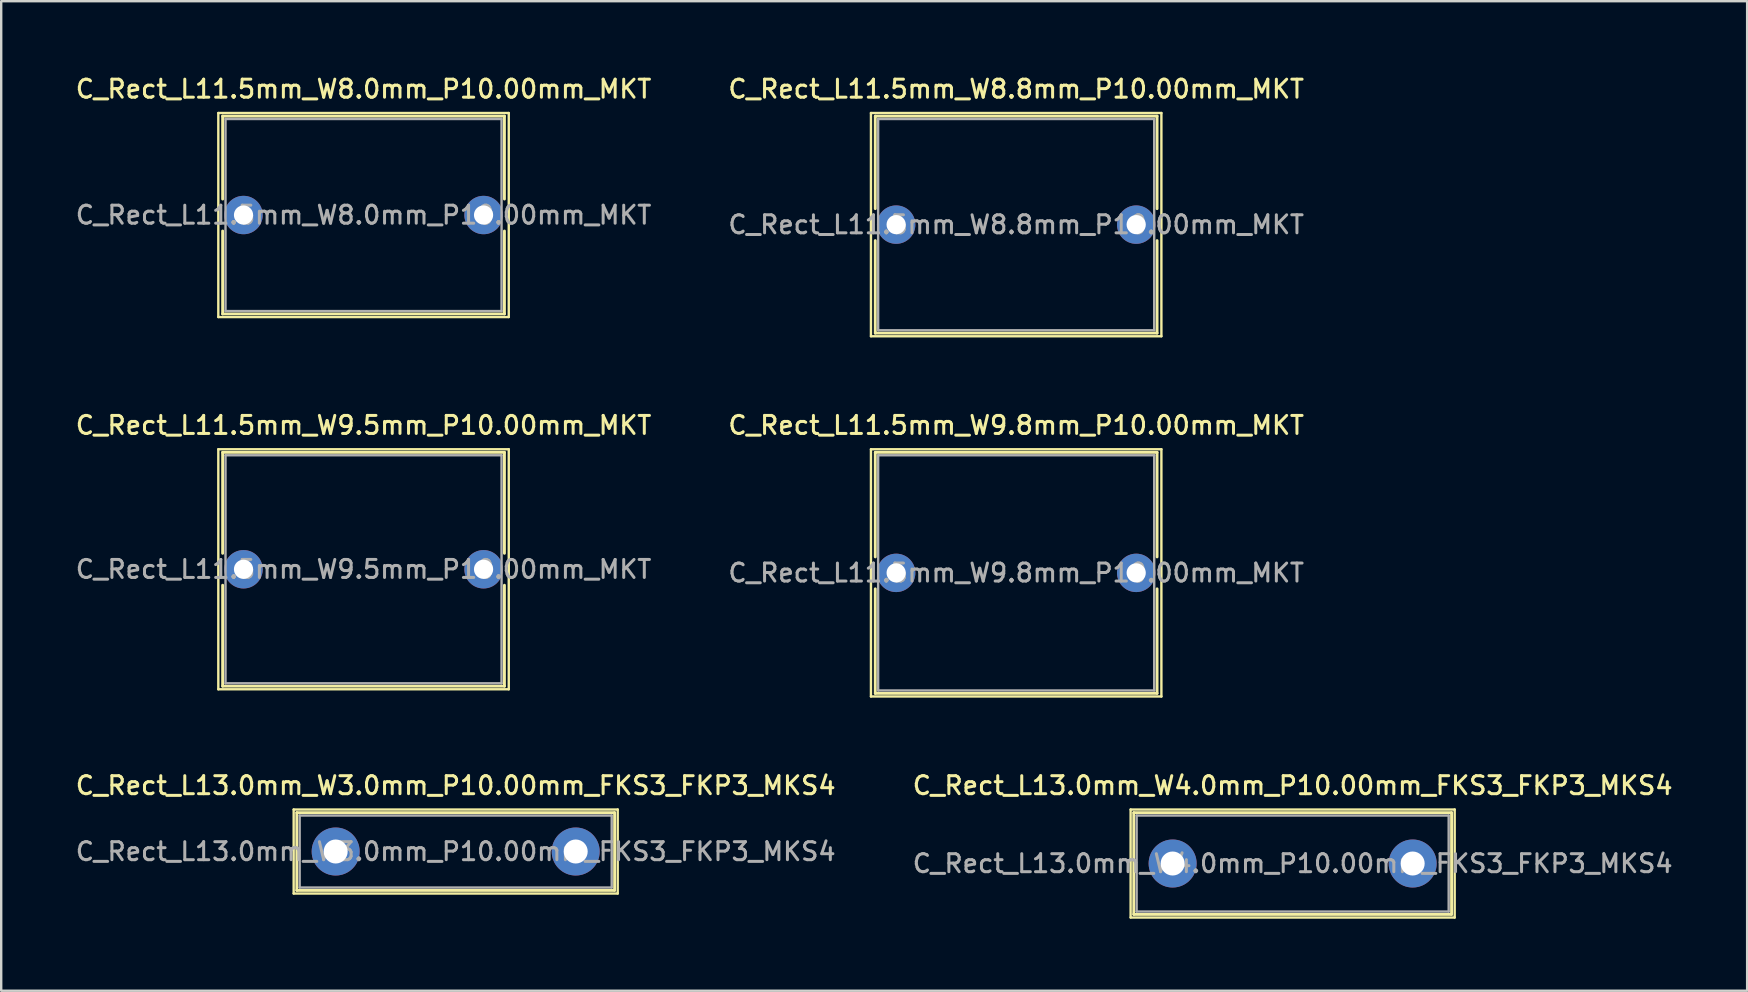
<source format=kicad_pcb>
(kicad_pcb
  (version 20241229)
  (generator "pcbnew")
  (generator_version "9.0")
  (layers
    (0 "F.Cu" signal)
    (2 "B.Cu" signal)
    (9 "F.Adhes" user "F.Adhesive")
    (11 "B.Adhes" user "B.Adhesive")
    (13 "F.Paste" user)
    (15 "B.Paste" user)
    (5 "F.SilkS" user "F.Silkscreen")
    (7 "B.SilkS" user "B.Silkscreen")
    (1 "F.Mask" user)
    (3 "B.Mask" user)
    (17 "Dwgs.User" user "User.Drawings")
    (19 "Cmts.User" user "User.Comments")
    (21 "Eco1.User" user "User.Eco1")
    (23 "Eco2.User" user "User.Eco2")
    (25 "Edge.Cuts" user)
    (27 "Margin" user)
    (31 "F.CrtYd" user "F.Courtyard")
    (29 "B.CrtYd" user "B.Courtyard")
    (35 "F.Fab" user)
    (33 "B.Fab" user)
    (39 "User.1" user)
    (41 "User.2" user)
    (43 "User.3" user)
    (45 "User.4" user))
  (footprint "C_Rect_L13.0mm_W4.0mm_P10.00mm_FKS3_FKP3_MKS4"
    (layer "F.Cu")
    (at 45.802 32.924)
    (property "Reference" "C_Rect_L13.0mm_W4.0mm_P10.00mm_FKS3_FKP3_MKS4" (at 5 -3.25 0) (layer "F.SilkS") (effects (font (size 0.75 0.75) (thickness 0.125))))
    (attr through_hole)
    (fp_line (start -1.75 -2.25) (end -1.75 2.25) (stroke (width 0.1) (type solid)) (layer "F.SilkS"))
    (fp_line (start -1.75 2.25) (end 11.75 2.25) (stroke (width 0.1) (type solid)) (layer "F.SilkS"))
    (fp_line (start -1.62 -2.12) (end -1.62 2.12) (stroke (width 0.12) (type solid)) (layer "F.SilkS"))
    (fp_line (start -1.62 -2.12) (end 11.62 -2.12) (stroke (width 0.12) (type solid)) (layer "F.SilkS"))
    (fp_line (start -1.62 2.12) (end 11.62 2.12) (stroke (width 0.12) (type solid)) (layer "F.SilkS"))
    (fp_line (start 11.62 -2.12) (end 11.62 2.12) (stroke (width 0.12) (type solid)) (layer "F.SilkS"))
    (fp_line (start 11.75 -2.25) (end -1.75 -2.25) (stroke (width 0.1) (type solid)) (layer "F.SilkS"))
    (fp_line (start 11.75 2.25) (end 11.75 -2.25) (stroke (width 0.1) (type solid)) (layer "F.SilkS"))
    (fp_line (start -1.5 -2) (end -1.5 2) (stroke (width 0.1) (type solid)) (layer "F.Fab"))
    (fp_line (start -1.5 2) (end 11.5 2) (stroke (width 0.1) (type solid)) (layer "F.Fab"))
    (fp_line (start 11.5 -2) (end -1.5 -2) (stroke (width 0.1) (type solid)) (layer "F.Fab"))
    (fp_line (start 11.5 2) (end 11.5 -2) (stroke (width 0.1) (type solid)) (layer "F.Fab"))
    (fp_text user "${REFERENCE}" (at 5 0 0) (layer "F.Fab") (effects (font (size 0.75 0.75) (thickness 0.125))))
    (pad "1" thru_hole circle (at 0 0) (size 2 2) (drill 1) (layers "*.Cu" "*.Mask"))
    (pad "2" thru_hole circle (at 10 0) (size 2 2) (drill 1) (layers "*.Cu" "*.Mask")))
  (footprint "C_Rect_L11.5mm_W8.0mm_P10.00mm_MKT"
    (layer "F.Cu")
    (at 7.095 5.908)
    (property "Reference" "C_Rect_L11.5mm_W8.0mm_P10.00mm_MKT" (at 5 -5.25 0) (layer "F.SilkS") (effects (font (size 0.75 0.75) (thickness 0.125))))
    (attr through_hole)
    (fp_line (start -1.05 -4.25) (end -1.05 4.25) (stroke (width 0.1) (type solid)) (layer "F.SilkS"))
    (fp_line (start -1.05 4.25) (end 11.05 4.25) (stroke (width 0.1) (type solid)) (layer "F.SilkS"))
    (fp_line (start -0.87 -4.12) (end -0.87 -0.665) (stroke (width 0.12) (type solid)) (layer "F.SilkS"))
    (fp_line (start -0.87 -4.12) (end 10.87 -4.12) (stroke (width 0.12) (type solid)) (layer "F.SilkS"))
    (fp_line (start -0.87 0.665) (end -0.87 4.12) (stroke (width 0.12) (type solid)) (layer "F.SilkS"))
    (fp_line (start -0.87 4.12) (end 10.87 4.12) (stroke (width 0.12) (type solid)) (layer "F.SilkS"))
    (fp_line (start 10.87 -4.12) (end 10.87 -0.665) (stroke (width 0.12) (type solid)) (layer "F.SilkS"))
    (fp_line (start 10.87 0.665) (end 10.87 4.12) (stroke (width 0.12) (type solid)) (layer "F.SilkS"))
    (fp_line (start 11.05 -4.25) (end -1.05 -4.25) (stroke (width 0.1) (type solid)) (layer "F.SilkS"))
    (fp_line (start 11.05 4.25) (end 11.05 -4.25) (stroke (width 0.1) (type solid)) (layer "F.SilkS"))
    (fp_line (start -0.75 -4) (end -0.75 4) (stroke (width 0.1) (type solid)) (layer "F.Fab"))
    (fp_line (start -0.75 4) (end 10.75 4) (stroke (width 0.1) (type solid)) (layer "F.Fab"))
    (fp_line (start 10.75 -4) (end -0.75 -4) (stroke (width 0.1) (type solid)) (layer "F.Fab"))
    (fp_line (start 10.75 4) (end 10.75 -4) (stroke (width 0.1) (type solid)) (layer "F.Fab"))
    (fp_text user "${REFERENCE}" (at 5 0 0) (layer "F.Fab") (effects (font (size 0.75 0.75) (thickness 0.125))))
    (pad "1" thru_hole circle (at 0 0) (size 1.6 1.6) (drill 0.8) (layers "*.Cu" "*.Mask"))
    (pad "2" thru_hole circle (at 10 0) (size 1.6 1.6) (drill 0.8) (layers "*.Cu" "*.Mask")))
  (footprint "C_Rect_L13.0mm_W3.0mm_P10.00mm_FKS3_FKP3_MKS4"
    (layer "F.Cu")
    (at 10.934 32.424)
    (property "Reference" "C_Rect_L13.0mm_W3.0mm_P10.00mm_FKS3_FKP3_MKS4" (at 5 -2.75 0) (layer "F.SilkS") (effects (font (size 0.75 0.75) (thickness 0.125))))
    (attr through_hole)
    (fp_line (start -1.75 -1.75) (end -1.75 1.75) (stroke (width 0.1) (type solid)) (layer "F.SilkS"))
    (fp_line (start -1.75 1.75) (end 11.75 1.75) (stroke (width 0.1) (type solid)) (layer "F.SilkS"))
    (fp_line (start -1.62 -1.62) (end -1.62 1.62) (stroke (width 0.12) (type solid)) (layer "F.SilkS"))
    (fp_line (start -1.62 -1.62) (end 11.62 -1.62) (stroke (width 0.12) (type solid)) (layer "F.SilkS"))
    (fp_line (start -1.62 1.62) (end 11.62 1.62) (stroke (width 0.12) (type solid)) (layer "F.SilkS"))
    (fp_line (start 11.62 -1.62) (end 11.62 1.62) (stroke (width 0.12) (type solid)) (layer "F.SilkS"))
    (fp_line (start 11.75 -1.75) (end -1.75 -1.75) (stroke (width 0.1) (type solid)) (layer "F.SilkS"))
    (fp_line (start 11.75 1.75) (end 11.75 -1.75) (stroke (width 0.1) (type solid)) (layer "F.SilkS"))
    (fp_line (start -1.5 -1.5) (end -1.5 1.5) (stroke (width 0.1) (type solid)) (layer "F.Fab"))
    (fp_line (start -1.5 1.5) (end 11.5 1.5) (stroke (width 0.1) (type solid)) (layer "F.Fab"))
    (fp_line (start 11.5 -1.5) (end -1.5 -1.5) (stroke (width 0.1) (type solid)) (layer "F.Fab"))
    (fp_line (start 11.5 1.5) (end 11.5 -1.5) (stroke (width 0.1) (type solid)) (layer "F.Fab"))
    (fp_text user "${REFERENCE}" (at 5 0 0) (layer "F.Fab") (effects (font (size 0.75 0.75) (thickness 0.125))))
    (pad "1" thru_hole circle (at 0 0) (size 2 2) (drill 1) (layers "*.Cu" "*.Mask"))
    (pad "2" thru_hole circle (at 10 0) (size 2 2) (drill 1) (layers "*.Cu" "*.Mask")))
  (footprint "C_Rect_L11.5mm_W9.8mm_P10.00mm_MKT"
    (layer "F.Cu")
    (at 34.284 20.816)
    (property "Reference" "C_Rect_L11.5mm_W9.8mm_P10.00mm_MKT" (at 5 -6.15 0) (layer "F.SilkS") (effects (font (size 0.75 0.75) (thickness 0.125))))
    (attr through_hole)
    (fp_line (start -1.05 -5.15) (end -1.05 5.15) (stroke (width 0.1) (type solid)) (layer "F.SilkS"))
    (fp_line (start -1.05 5.15) (end 11.05 5.15) (stroke (width 0.1) (type solid)) (layer "F.SilkS"))
    (fp_line (start -0.87 -5.02) (end -0.87 -0.665) (stroke (width 0.12) (type solid)) (layer "F.SilkS"))
    (fp_line (start -0.87 -5.02) (end 10.87 -5.02) (stroke (width 0.12) (type solid)) (layer "F.SilkS"))
    (fp_line (start -0.87 0.665) (end -0.87 5.02) (stroke (width 0.12) (type solid)) (layer "F.SilkS"))
    (fp_line (start -0.87 5.02) (end 10.87 5.02) (stroke (width 0.12) (type solid)) (layer "F.SilkS"))
    (fp_line (start 10.87 -5.02) (end 10.87 -0.665) (stroke (width 0.12) (type solid)) (layer "F.SilkS"))
    (fp_line (start 10.87 0.665) (end 10.87 5.02) (stroke (width 0.12) (type solid)) (layer "F.SilkS"))
    (fp_line (start 11.05 -5.15) (end -1.05 -5.15) (stroke (width 0.1) (type solid)) (layer "F.SilkS"))
    (fp_line (start 11.05 5.15) (end 11.05 -5.15) (stroke (width 0.1) (type solid)) (layer "F.SilkS"))
    (fp_line (start -0.75 -4.9) (end -0.75 4.9) (stroke (width 0.1) (type solid)) (layer "F.Fab"))
    (fp_line (start -0.75 4.9) (end 10.75 4.9) (stroke (width 0.1) (type solid)) (layer "F.Fab"))
    (fp_line (start 10.75 -4.9) (end -0.75 -4.9) (stroke (width 0.1) (type solid)) (layer "F.Fab"))
    (fp_line (start 10.75 4.9) (end 10.75 -4.9) (stroke (width 0.1) (type solid)) (layer "F.Fab"))
    (fp_text user "${REFERENCE}" (at 5 0 0) (layer "F.Fab") (effects (font (size 0.75 0.75) (thickness 0.125))))
    (pad "1" thru_hole circle (at 0 0) (size 1.6 1.6) (drill 0.8) (layers "*.Cu" "*.Mask"))
    (pad "2" thru_hole circle (at 10 0) (size 1.6 1.6) (drill 0.8) (layers "*.Cu" "*.Mask")))
  (footprint "C_Rect_L11.5mm_W8.8mm_P10.00mm_MKT"
    (layer "F.Cu")
    (at 34.284 6.308)
    (property "Reference" "C_Rect_L11.5mm_W8.8mm_P10.00mm_MKT" (at 5 -5.65 0) (layer "F.SilkS") (effects (font (size 0.75 0.75) (thickness 0.125))))
    (attr through_hole)
    (fp_line (start -1.05 -4.65) (end -1.05 4.65) (stroke (width 0.1) (type solid)) (layer "F.SilkS"))
    (fp_line (start -1.05 4.65) (end 11.05 4.65) (stroke (width 0.1) (type solid)) (layer "F.SilkS"))
    (fp_line (start -0.87 -4.52) (end -0.87 -0.665) (stroke (width 0.12) (type solid)) (layer "F.SilkS"))
    (fp_line (start -0.87 -4.52) (end 10.87 -4.52) (stroke (width 0.12) (type solid)) (layer "F.SilkS"))
    (fp_line (start -0.87 0.665) (end -0.87 4.52) (stroke (width 0.12) (type solid)) (layer "F.SilkS"))
    (fp_line (start -0.87 4.52) (end 10.87 4.52) (stroke (width 0.12) (type solid)) (layer "F.SilkS"))
    (fp_line (start 10.87 -4.52) (end 10.87 -0.665) (stroke (width 0.12) (type solid)) (layer "F.SilkS"))
    (fp_line (start 10.87 0.665) (end 10.87 4.52) (stroke (width 0.12) (type solid)) (layer "F.SilkS"))
    (fp_line (start 11.05 -4.65) (end -1.05 -4.65) (stroke (width 0.1) (type solid)) (layer "F.SilkS"))
    (fp_line (start 11.05 4.65) (end 11.05 -4.65) (stroke (width 0.1) (type solid)) (layer "F.SilkS"))
    (fp_line (start -0.75 -4.4) (end -0.75 4.4) (stroke (width 0.1) (type solid)) (layer "F.Fab"))
    (fp_line (start -0.75 4.4) (end 10.75 4.4) (stroke (width 0.1) (type solid)) (layer "F.Fab"))
    (fp_line (start 10.75 -4.4) (end -0.75 -4.4) (stroke (width 0.1) (type solid)) (layer "F.Fab"))
    (fp_line (start 10.75 4.4) (end 10.75 -4.4) (stroke (width 0.1) (type solid)) (layer "F.Fab"))
    (fp_text user "${REFERENCE}" (at 5 0 0) (layer "F.Fab") (effects (font (size 0.75 0.75) (thickness 0.125))))
    (pad "1" thru_hole circle (at 0 0) (size 1.6 1.6) (drill 0.8) (layers "*.Cu" "*.Mask"))
    (pad "2" thru_hole circle (at 10 0) (size 1.6 1.6) (drill 0.8) (layers "*.Cu" "*.Mask")))
  (footprint "C_Rect_L11.5mm_W9.5mm_P10.00mm_MKT"
    (layer "F.Cu")
    (at 7.095 20.666)
    (property "Reference" "C_Rect_L11.5mm_W9.5mm_P10.00mm_MKT" (at 5 -6 0) (layer "F.SilkS") (effects (font (size 0.75 0.75) (thickness 0.125))))
    (attr through_hole)
    (fp_line (start -1.05 -5) (end -1.05 5) (stroke (width 0.1) (type solid)) (layer "F.SilkS"))
    (fp_line (start -1.05 5) (end 11.05 5) (stroke (width 0.1) (type solid)) (layer "F.SilkS"))
    (fp_line (start -0.87 -4.87) (end -0.87 -0.665) (stroke (width 0.12) (type solid)) (layer "F.SilkS"))
    (fp_line (start -0.87 -4.87) (end 10.87 -4.87) (stroke (width 0.12) (type solid)) (layer "F.SilkS"))
    (fp_line (start -0.87 0.665) (end -0.87 4.87) (stroke (width 0.12) (type solid)) (layer "F.SilkS"))
    (fp_line (start -0.87 4.87) (end 10.87 4.87) (stroke (width 0.12) (type solid)) (layer "F.SilkS"))
    (fp_line (start 10.87 -4.87) (end 10.87 -0.665) (stroke (width 0.12) (type solid)) (layer "F.SilkS"))
    (fp_line (start 10.87 0.665) (end 10.87 4.87) (stroke (width 0.12) (type solid)) (layer "F.SilkS"))
    (fp_line (start 11.05 -5) (end -1.05 -5) (stroke (width 0.1) (type solid)) (layer "F.SilkS"))
    (fp_line (start 11.05 5) (end 11.05 -5) (stroke (width 0.1) (type solid)) (layer "F.SilkS"))
    (fp_line (start -0.75 -4.75) (end -0.75 4.75) (stroke (width 0.1) (type solid)) (layer "F.Fab"))
    (fp_line (start -0.75 4.75) (end 10.75 4.75) (stroke (width 0.1) (type solid)) (layer "F.Fab"))
    (fp_line (start 10.75 -4.75) (end -0.75 -4.75) (stroke (width 0.1) (type solid)) (layer "F.Fab"))
    (fp_line (start 10.75 4.75) (end 10.75 -4.75) (stroke (width 0.1) (type solid)) (layer "F.Fab"))
    (fp_text user "${REFERENCE}" (at 5 0 0) (layer "F.Fab") (effects (font (size 0.75 0.75) (thickness 0.125))))
    (pad "1" thru_hole circle (at 0 0) (size 1.6 1.6) (drill 0.8) (layers "*.Cu" "*.Mask"))
    (pad "2" thru_hole circle (at 10 0) (size 1.6 1.6) (drill 0.8) (layers "*.Cu" "*.Mask")))
  (gr_rect
    (start -3 -3)
    (end 69.736 38.224)
    (stroke (width 0.1) (type default))
    (fill no)
    (layer "Edge.Cuts")))
</source>
